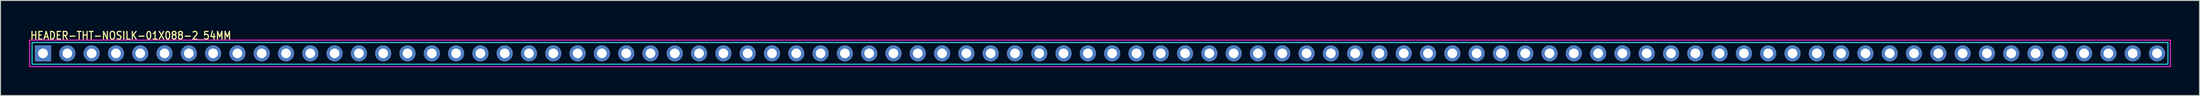
<source format=kicad_pcb>
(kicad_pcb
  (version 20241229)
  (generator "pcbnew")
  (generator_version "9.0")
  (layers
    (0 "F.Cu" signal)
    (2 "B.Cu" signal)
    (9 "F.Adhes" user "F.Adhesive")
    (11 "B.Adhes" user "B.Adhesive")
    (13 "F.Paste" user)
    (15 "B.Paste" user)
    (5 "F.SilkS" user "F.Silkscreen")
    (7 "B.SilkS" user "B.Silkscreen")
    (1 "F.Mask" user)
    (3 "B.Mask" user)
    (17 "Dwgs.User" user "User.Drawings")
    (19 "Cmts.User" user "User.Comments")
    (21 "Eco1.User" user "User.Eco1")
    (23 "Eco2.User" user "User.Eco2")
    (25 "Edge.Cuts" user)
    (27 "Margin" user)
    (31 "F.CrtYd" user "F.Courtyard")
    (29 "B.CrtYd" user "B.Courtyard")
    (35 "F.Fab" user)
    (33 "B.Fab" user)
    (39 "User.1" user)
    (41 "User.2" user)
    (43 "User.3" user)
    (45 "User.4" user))
  (footprint "HEADER-THT-NOSILK-01X088-2_54MM"
    (layer "F.Cu")
    (at 1.447 2.579)
    (property "Reference" "HEADER-THT-NOSILK-01X088-2_54MM" (at -1.4 -1.4 0) (unlocked yes) (layer "F.SilkS") (effects (font (size 0.813 0.695) (thickness 0.122)) (justify left bottom)))
    (fp_poly (pts (xy -1.143 -1.143) (xy 222.123 -1.143) (xy 222.123 1.143) (xy -1.143 1.143)) (stroke (width 0.1) (type solid)) (fill no) (layer "B.CrtYd"))
    (fp_poly (pts (xy -1.397 -1.397) (xy 222.377 -1.397) (xy 222.377 1.397) (xy -1.397 1.397)) (stroke (width 0.1) (type solid)) (fill no) (layer "F.CrtYd"))
    (pad "1" thru_hole rect (at 0 0) (size 1.693 1.693) (drill 1.016) (layers "*.Cu" "*.Mask"))
    (pad "2" thru_hole oval (at 2.54 0) (size 1.693 1.693) (drill 1.016) (layers "*.Cu" "*.Mask"))
    (pad "3" thru_hole oval (at 5.08 0) (size 1.693 1.693) (drill 1.016) (layers "*.Cu" "*.Mask"))
    (pad "4" thru_hole oval (at 7.62 0) (size 1.693 1.693) (drill 1.016) (layers "*.Cu" "*.Mask"))
    (pad "5" thru_hole oval (at 10.16 0) (size 1.693 1.693) (drill 1.016) (layers "*.Cu" "*.Mask"))
    (pad "6" thru_hole oval (at 12.7 0) (size 1.693 1.693) (drill 1.016) (layers "*.Cu" "*.Mask"))
    (pad "7" thru_hole oval (at 15.24 0) (size 1.693 1.693) (drill 1.016) (layers "*.Cu" "*.Mask"))
    (pad "8" thru_hole oval (at 17.78 0) (size 1.693 1.693) (drill 1.016) (layers "*.Cu" "*.Mask"))
    (pad "9" thru_hole oval (at 20.32 0) (size 1.693 1.693) (drill 1.016) (layers "*.Cu" "*.Mask"))
    (pad "10" thru_hole oval (at 22.86 0) (size 1.693 1.693) (drill 1.016) (layers "*.Cu" "*.Mask"))
    (pad "11" thru_hole oval (at 25.4 0) (size 1.693 1.693) (drill 1.016) (layers "*.Cu" "*.Mask"))
    (pad "12" thru_hole oval (at 27.94 0) (size 1.693 1.693) (drill 1.016) (layers "*.Cu" "*.Mask"))
    (pad "13" thru_hole oval (at 30.48 0) (size 1.693 1.693) (drill 1.016) (layers "*.Cu" "*.Mask"))
    (pad "14" thru_hole oval (at 33.02 0) (size 1.693 1.693) (drill 1.016) (layers "*.Cu" "*.Mask"))
    (pad "15" thru_hole oval (at 35.56 0) (size 1.693 1.693) (drill 1.016) (layers "*.Cu" "*.Mask"))
    (pad "16" thru_hole oval (at 38.1 0) (size 1.693 1.693) (drill 1.016) (layers "*.Cu" "*.Mask"))
    (pad "17" thru_hole oval (at 40.64 0) (size 1.693 1.693) (drill 1.016) (layers "*.Cu" "*.Mask"))
    (pad "18" thru_hole oval (at 43.18 0) (size 1.693 1.693) (drill 1.016) (layers "*.Cu" "*.Mask"))
    (pad "19" thru_hole oval (at 45.72 0) (size 1.693 1.693) (drill 1.016) (layers "*.Cu" "*.Mask"))
    (pad "20" thru_hole oval (at 48.26 0) (size 1.693 1.693) (drill 1.016) (layers "*.Cu" "*.Mask"))
    (pad "21" thru_hole oval (at 50.8 0) (size 1.693 1.693) (drill 1.016) (layers "*.Cu" "*.Mask"))
    (pad "22" thru_hole oval (at 53.34 0) (size 1.693 1.693) (drill 1.016) (layers "*.Cu" "*.Mask"))
    (pad "23" thru_hole oval (at 55.88 0) (size 1.693 1.693) (drill 1.016) (layers "*.Cu" "*.Mask"))
    (pad "24" thru_hole oval (at 58.42 0) (size 1.693 1.693) (drill 1.016) (layers "*.Cu" "*.Mask"))
    (pad "25" thru_hole oval (at 60.96 0) (size 1.693 1.693) (drill 1.016) (layers "*.Cu" "*.Mask"))
    (pad "26" thru_hole oval (at 63.5 0) (size 1.693 1.693) (drill 1.016) (layers "*.Cu" "*.Mask"))
    (pad "27" thru_hole oval (at 66.04 0) (size 1.693 1.693) (drill 1.016) (layers "*.Cu" "*.Mask"))
    (pad "28" thru_hole oval (at 68.58 0) (size 1.693 1.693) (drill 1.016) (layers "*.Cu" "*.Mask"))
    (pad "29" thru_hole oval (at 71.12 0) (size 1.693 1.693) (drill 1.016) (layers "*.Cu" "*.Mask"))
    (pad "30" thru_hole oval (at 73.66 0) (size 1.693 1.693) (drill 1.016) (layers "*.Cu" "*.Mask"))
    (pad "31" thru_hole oval (at 76.2 0) (size 1.693 1.693) (drill 1.016) (layers "*.Cu" "*.Mask"))
    (pad "32" thru_hole oval (at 78.74 0) (size 1.693 1.693) (drill 1.016) (layers "*.Cu" "*.Mask"))
    (pad "33" thru_hole oval (at 81.28 0) (size 1.693 1.693) (drill 1.016) (layers "*.Cu" "*.Mask"))
    (pad "34" thru_hole oval (at 83.82 0) (size 1.693 1.693) (drill 1.016) (layers "*.Cu" "*.Mask"))
    (pad "35" thru_hole oval (at 86.36 0) (size 1.693 1.693) (drill 1.016) (layers "*.Cu" "*.Mask"))
    (pad "36" thru_hole oval (at 88.9 0) (size 1.693 1.693) (drill 1.016) (layers "*.Cu" "*.Mask"))
    (pad "37" thru_hole oval (at 91.44 0) (size 1.693 1.693) (drill 1.016) (layers "*.Cu" "*.Mask"))
    (pad "38" thru_hole oval (at 93.98 0) (size 1.693 1.693) (drill 1.016) (layers "*.Cu" "*.Mask"))
    (pad "39" thru_hole oval (at 96.52 0) (size 1.693 1.693) (drill 1.016) (layers "*.Cu" "*.Mask"))
    (pad "40" thru_hole oval (at 99.06 0) (size 1.693 1.693) (drill 1.016) (layers "*.Cu" "*.Mask"))
    (pad "41" thru_hole oval (at 101.6 0) (size 1.693 1.693) (drill 1.016) (layers "*.Cu" "*.Mask"))
    (pad "42" thru_hole oval (at 104.14 0) (size 1.693 1.693) (drill 1.016) (layers "*.Cu" "*.Mask"))
    (pad "43" thru_hole oval (at 106.68 0) (size 1.693 1.693) (drill 1.016) (layers "*.Cu" "*.Mask"))
    (pad "44" thru_hole oval (at 109.22 0) (size 1.693 1.693) (drill 1.016) (layers "*.Cu" "*.Mask"))
    (pad "45" thru_hole oval (at 111.76 0) (size 1.693 1.693) (drill 1.016) (layers "*.Cu" "*.Mask"))
    (pad "46" thru_hole oval (at 114.3 0) (size 1.693 1.693) (drill 1.016) (layers "*.Cu" "*.Mask"))
    (pad "47" thru_hole oval (at 116.84 0) (size 1.693 1.693) (drill 1.016) (layers "*.Cu" "*.Mask"))
    (pad "48" thru_hole oval (at 119.38 0) (size 1.693 1.693) (drill 1.016) (layers "*.Cu" "*.Mask"))
    (pad "49" thru_hole oval (at 121.92 0) (size 1.693 1.693) (drill 1.016) (layers "*.Cu" "*.Mask"))
    (pad "50" thru_hole oval (at 124.46 0) (size 1.693 1.693) (drill 1.016) (layers "*.Cu" "*.Mask"))
    (pad "51" thru_hole oval (at 127 0) (size 1.693 1.693) (drill 1.016) (layers "*.Cu" "*.Mask"))
    (pad "52" thru_hole oval (at 129.54 0) (size 1.693 1.693) (drill 1.016) (layers "*.Cu" "*.Mask"))
    (pad "53" thru_hole oval (at 132.08 0) (size 1.693 1.693) (drill 1.016) (layers "*.Cu" "*.Mask"))
    (pad "54" thru_hole oval (at 134.62 0) (size 1.693 1.693) (drill 1.016) (layers "*.Cu" "*.Mask"))
    (pad "55" thru_hole oval (at 137.16 0) (size 1.693 1.693) (drill 1.016) (layers "*.Cu" "*.Mask"))
    (pad "56" thru_hole oval (at 139.7 0) (size 1.693 1.693) (drill 1.016) (layers "*.Cu" "*.Mask"))
    (pad "57" thru_hole oval (at 142.24 0) (size 1.693 1.693) (drill 1.016) (layers "*.Cu" "*.Mask"))
    (pad "58" thru_hole oval (at 144.78 0) (size 1.693 1.693) (drill 1.016) (layers "*.Cu" "*.Mask"))
    (pad "59" thru_hole oval (at 147.32 0) (size 1.693 1.693) (drill 1.016) (layers "*.Cu" "*.Mask"))
    (pad "60" thru_hole oval (at 149.86 0) (size 1.693 1.693) (drill 1.016) (layers "*.Cu" "*.Mask"))
    (pad "61" thru_hole oval (at 152.4 0) (size 1.693 1.693) (drill 1.016) (layers "*.Cu" "*.Mask"))
    (pad "62" thru_hole oval (at 154.94 0) (size 1.693 1.693) (drill 1.016) (layers "*.Cu" "*.Mask"))
    (pad "63" thru_hole oval (at 157.48 0) (size 1.693 1.693) (drill 1.016) (layers "*.Cu" "*.Mask"))
    (pad "64" thru_hole oval (at 160.02 0) (size 1.693 1.693) (drill 1.016) (layers "*.Cu" "*.Mask"))
    (pad "65" thru_hole oval (at 162.56 0) (size 1.693 1.693) (drill 1.016) (layers "*.Cu" "*.Mask"))
    (pad "66" thru_hole oval (at 165.1 0) (size 1.693 1.693) (drill 1.016) (layers "*.Cu" "*.Mask"))
    (pad "67" thru_hole oval (at 167.64 0) (size 1.693 1.693) (drill 1.016) (layers "*.Cu" "*.Mask"))
    (pad "68" thru_hole oval (at 170.18 0) (size 1.693 1.693) (drill 1.016) (layers "*.Cu" "*.Mask"))
    (pad "69" thru_hole oval (at 172.72 0) (size 1.693 1.693) (drill 1.016) (layers "*.Cu" "*.Mask"))
    (pad "70" thru_hole oval (at 175.26 0) (size 1.693 1.693) (drill 1.016) (layers "*.Cu" "*.Mask"))
    (pad "71" thru_hole oval (at 177.8 0) (size 1.693 1.693) (drill 1.016) (layers "*.Cu" "*.Mask"))
    (pad "72" thru_hole oval (at 180.34 0) (size 1.693 1.693) (drill 1.016) (layers "*.Cu" "*.Mask"))
    (pad "73" thru_hole oval (at 182.88 0) (size 1.693 1.693) (drill 1.016) (layers "*.Cu" "*.Mask"))
    (pad "74" thru_hole oval (at 185.42 0) (size 1.693 1.693) (drill 1.016) (layers "*.Cu" "*.Mask"))
    (pad "75" thru_hole oval (at 187.96 0) (size 1.693 1.693) (drill 1.016) (layers "*.Cu" "*.Mask"))
    (pad "76" thru_hole oval (at 190.5 0) (size 1.693 1.693) (drill 1.016) (layers "*.Cu" "*.Mask"))
    (pad "77" thru_hole oval (at 193.04 0) (size 1.693 1.693) (drill 1.016) (layers "*.Cu" "*.Mask"))
    (pad "78" thru_hole oval (at 195.58 0) (size 1.693 1.693) (drill 1.016) (layers "*.Cu" "*.Mask"))
    (pad "79" thru_hole oval (at 198.12 0) (size 1.693 1.693) (drill 1.016) (layers "*.Cu" "*.Mask"))
    (pad "80" thru_hole oval (at 200.66 0) (size 1.693 1.693) (drill 1.016) (layers "*.Cu" "*.Mask"))
    (pad "81" thru_hole oval (at 203.2 0) (size 1.693 1.693) (drill 1.016) (layers "*.Cu" "*.Mask"))
    (pad "82" thru_hole oval (at 205.74 0) (size 1.693 1.693) (drill 1.016) (layers "*.Cu" "*.Mask"))
    (pad "83" thru_hole oval (at 208.28 0) (size 1.693 1.693) (drill 1.016) (layers "*.Cu" "*.Mask"))
    (pad "84" thru_hole oval (at 210.82 0) (size 1.693 1.693) (drill 1.016) (layers "*.Cu" "*.Mask"))
    (pad "85" thru_hole oval (at 213.36 0) (size 1.693 1.693) (drill 1.016) (layers "*.Cu" "*.Mask"))
    (pad "86" thru_hole oval (at 215.9 0) (size 1.693 1.693) (drill 1.016) (layers "*.Cu" "*.Mask"))
    (pad "87" thru_hole oval (at 218.44 0) (size 1.693 1.693) (drill 1.016) (layers "*.Cu" "*.Mask"))
    (pad "88" thru_hole oval (at 220.98 0) (size 1.693 1.693) (drill 1.016) (layers "*.Cu" "*.Mask")))
  (gr_rect
    (start -3 -3)
    (end 226.874 7.026)
    (stroke (width 0.1) (type default))
    (fill no)
    (layer "Edge.Cuts")))
</source>
